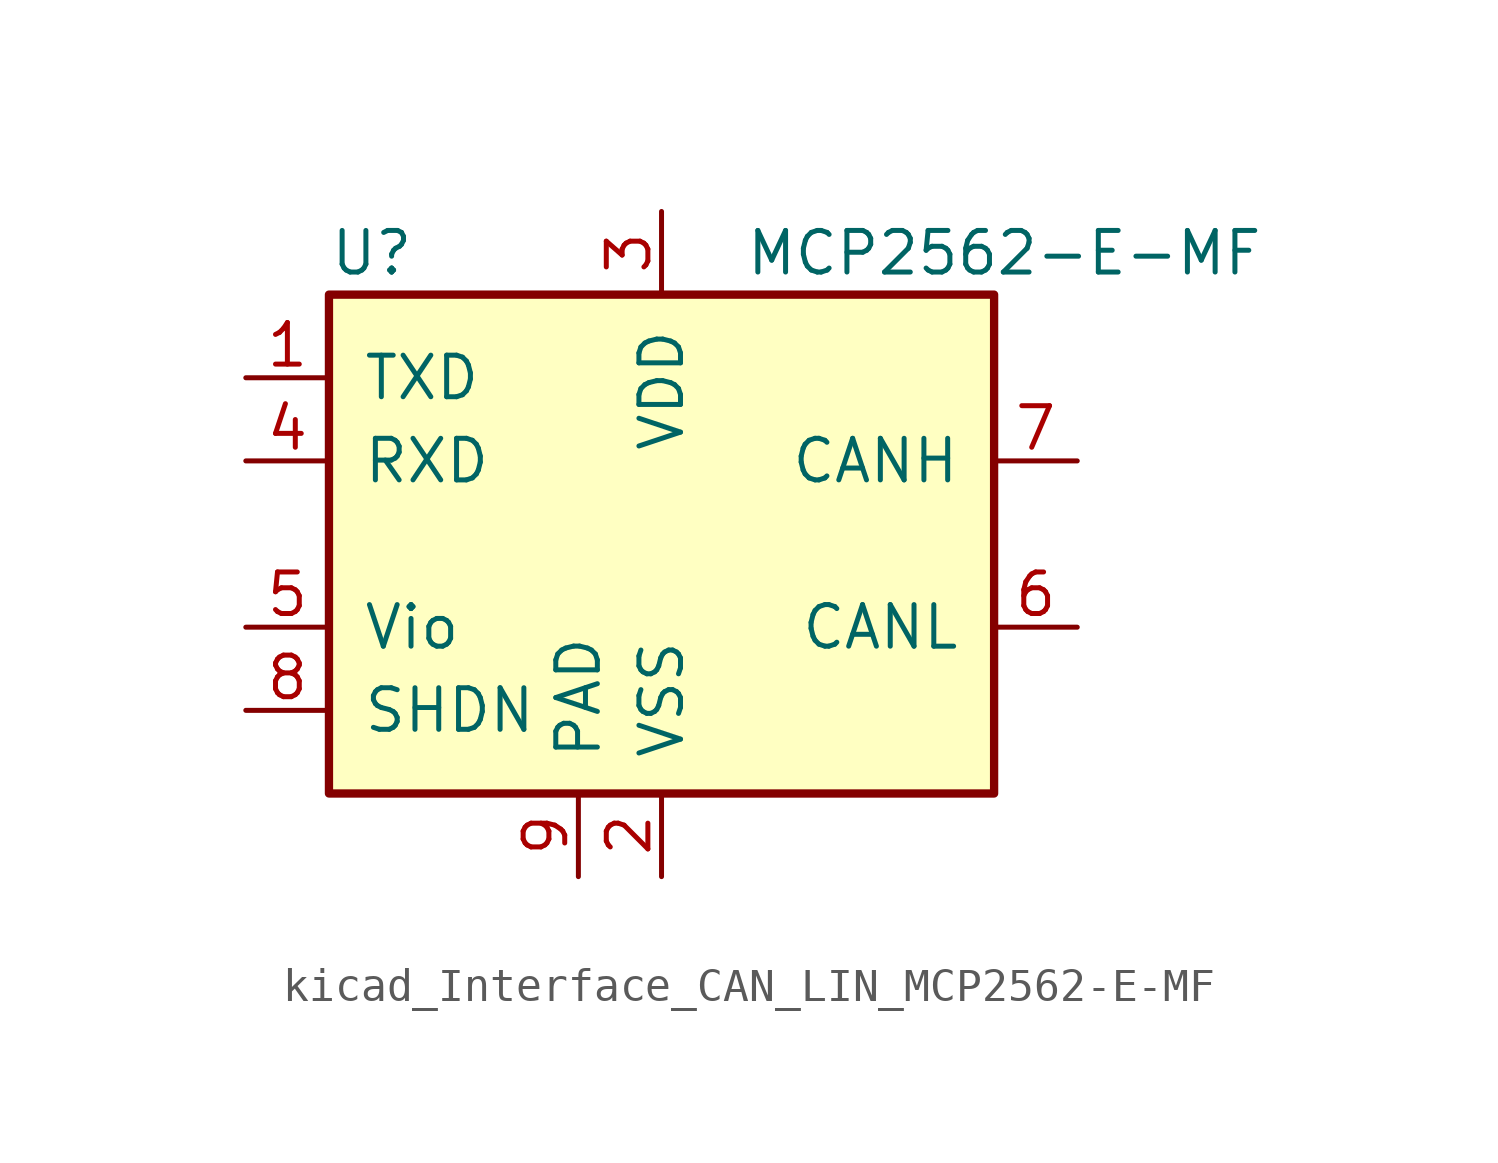
<source format=kicad_sym>
(kicad_symbol_lib
  (version 20220914)
  (generator kicad_symbol_editor)
  (symbol "kicad_Interface_CAN_LIN_MCP2562-E-MF"
    (pin_names
      (offset 1.016))
    (property "Reference" "U"
      (at -10.16 8.89 0)
      (effects (font (size 1.27 1.27)) (justify left)))
    (property "Value" "MCP2562-E-MF"
      (at 2.54 8.89 0)
      (effects (font (size 1.27 1.27)) (justify left)))
    (symbol "kicad_Interface_CAN_LIN_MCP2562-E-MF_0_1"
      (rectangle (start -10.16 7.62) (end 10.16 -7.62) (stroke (width 0.254) (type default)) (fill (type background))))
    (symbol "kicad_Interface_CAN_LIN_MCP2562-E-MF_1_1"
      (pin input line (at -12.7 5.08 0) (length 2.54) (name "TXD" (effects (font (size 1.27 1.27)))) (number "1" (effects (font (size 1.27 1.27)))))
      (pin power_in line (at 0 -10.16 90) (length 2.54) (name "VSS" (effects (font (size 1.27 1.27)))) (number "2" (effects (font (size 1.27 1.27)))))
      (pin power_in line (at 0 10.16 270) (length 2.54) (name "VDD" (effects (font (size 1.27 1.27)))) (number "3" (effects (font (size 1.27 1.27)))))
      (pin output line (at -12.7 2.54 0) (length 2.54) (name "RXD" (effects (font (size 1.27 1.27)))) (number "4" (effects (font (size 1.27 1.27)))))
      (pin power_in line (at -12.7 -2.54 0) (length 2.54) (name "Vio" (effects (font (size 1.27 1.27)))) (number "5" (effects (font (size 1.27 1.27)))))
      (pin bidirectional line (at 12.7 -2.54 180) (length 2.54) (name "CANL" (effects (font (size 1.27 1.27)))) (number "6" (effects (font (size 1.27 1.27)))))
      (pin bidirectional line (at 12.7 2.54 180) (length 2.54) (name "CANH" (effects (font (size 1.27 1.27)))) (number "7" (effects (font (size 1.27 1.27)))))
      (pin input line (at -12.7 -5.08 0) (length 2.54) (name "SHDN" (effects (font (size 1.27 1.27)))) (number "8" (effects (font (size 1.27 1.27)))))
      (pin power_in line (at -2.54 -10.16 90) (length 2.54) (name "PAD" (effects (font (size 1.27 1.27)))) (number "9" (effects (font (size 1.27 1.27))))))))
</source>
